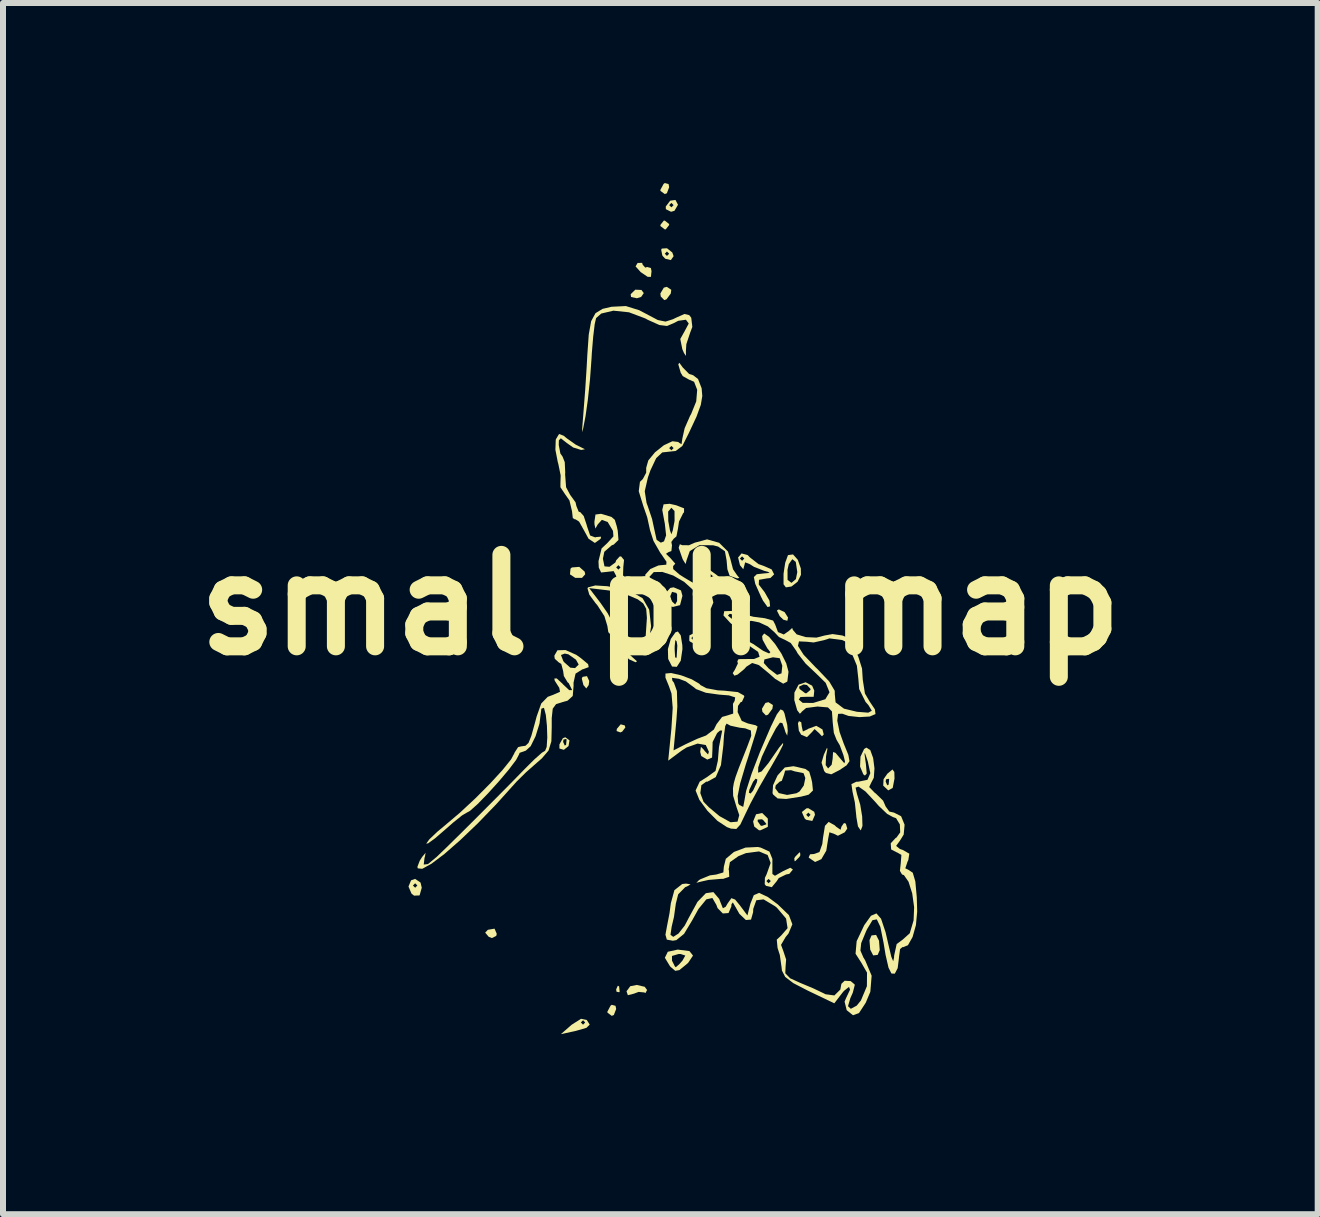
<source format=kicad_pcb>
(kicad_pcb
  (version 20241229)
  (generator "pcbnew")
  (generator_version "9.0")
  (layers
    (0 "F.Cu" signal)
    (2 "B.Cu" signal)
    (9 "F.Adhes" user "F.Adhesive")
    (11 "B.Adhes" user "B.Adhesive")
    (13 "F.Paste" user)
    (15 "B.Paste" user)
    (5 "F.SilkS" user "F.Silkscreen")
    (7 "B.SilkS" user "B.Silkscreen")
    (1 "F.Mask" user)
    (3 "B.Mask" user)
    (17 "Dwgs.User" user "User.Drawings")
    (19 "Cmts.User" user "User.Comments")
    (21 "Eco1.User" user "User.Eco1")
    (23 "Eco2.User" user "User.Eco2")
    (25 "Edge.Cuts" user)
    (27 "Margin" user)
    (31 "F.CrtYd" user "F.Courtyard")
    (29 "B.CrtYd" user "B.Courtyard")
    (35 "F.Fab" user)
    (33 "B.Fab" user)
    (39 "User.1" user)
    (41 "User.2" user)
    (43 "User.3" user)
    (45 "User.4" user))
  (footprint "smal ph map"
    (layer "F.Cu")
    (at 7.954 7.031)
    (property "Reference" "smal ph map" (at 0 0 0) (layer "F.SilkS") (effects (font (size 1.524 1.524) (thickness 0.3))))
    (attr board_only exclude_from_pos_files exclude_from_bom)
    (fp_poly (pts (xy 1.399 0.773) (xy 1.362 0.81) (xy 1.325 0.773) (xy 1.362 0.736)) (stroke (width 0) (type solid)) (fill yes) (layer "F.SilkS"))
    (fp_poly (pts (xy -0.687 6.356) (xy -0.678 6.444) (xy -0.687 6.454) (xy -0.731 6.444) (xy -0.736 6.405) (xy -0.709 6.345)) (stroke (width 0) (type solid)) (fill yes) (layer "F.SilkS"))
    (fp_poly (pts (xy -2.726 5.48) (xy -2.735 5.515) (xy -2.807 5.551) (xy -2.861 5.529) (xy -2.919 5.46) (xy -2.874 5.413) (xy -2.763 5.394)) (stroke (width 0) (type solid)) (fill yes) (layer "F.SilkS"))
    (fp_poly (pts (xy -1.185 1.267) (xy -1.194 1.335) (xy -1.234 1.391) (xy -1.282 1.335) (xy -1.309 1.227) (xy -1.296 1.198) (xy -1.223 1.186)) (stroke (width 0) (type solid)) (fill yes) (layer "F.SilkS"))
    (fp_poly (pts (xy -0.594 2.007) (xy -0.583 2.041) (xy -0.635 2.11) (xy -0.666 2.124) (xy -0.729 2.101) (xy -0.725 2.065) (xy -0.661 1.989)) (stroke (width 0) (type solid)) (fill yes) (layer "F.SilkS"))
    (fp_poly (pts (xy -0.315 -5.249) (xy -0.276 -5.197) (xy -0.32 -5.133) (xy -0.391 -5.111) (xy -0.488 -5.132) (xy -0.495 -5.178) (xy -0.417 -5.254)) (stroke (width 0) (type solid)) (fill yes) (layer "F.SilkS"))
    (fp_poly (pts (xy 2.071 0.12) (xy 2.128 0.211) (xy 2.116 0.264) (xy 2.049 0.245) (xy 1.989 0.186) (xy 1.942 0.093) (xy 1.974 0.074)) (stroke (width 0) (type solid)) (fill yes) (layer "F.SilkS"))
    (fp_poly (pts (xy -1.261 -0.555) (xy -1.252 -0.511) (xy -1.306 -0.451) (xy -1.417 -0.451) (xy -1.506 -0.51) (xy -1.497 -0.605) (xy -1.474 -0.625) (xy -1.351 -0.635)) (stroke (width 0) (type solid)) (fill yes) (layer "F.SilkS"))
    (fp_poly (pts (xy -0.747 6.68) (xy -0.736 6.732) (xy -0.775 6.833) (xy -0.81 6.847) (xy -0.881 6.794) (xy -0.883 6.778) (xy -0.83 6.678) (xy -0.81 6.663)) (stroke (width 0) (type solid)) (fill yes) (layer "F.SilkS"))
    (fp_poly (pts (xy 0.137 -7.014) (xy 0.147 -6.962) (xy 0.109 -6.861) (xy 0.074 -6.847) (xy 0.002 -6.9) (xy 0 -6.916) (xy 0.054 -7.016) (xy 0.074 -7.031)) (stroke (width 0) (type solid)) (fill yes) (layer "F.SilkS"))
    (fp_poly (pts (xy 0.145 -6.349) (xy 0.147 -6.332) (xy 0.091 -6.26) (xy 0.074 -6.258) (xy 0.002 -6.314) (xy 0 -6.332) (xy 0.056 -6.403) (xy 0.074 -6.405)) (stroke (width 0) (type solid)) (fill yes) (layer "F.SilkS"))
    (fp_poly (pts (xy 0.182 -5.252) (xy 0.174 -5.19) (xy 0.102 -5.093) (xy 0.066 -5.08) (xy 0.007 -5.14) (xy 0 -5.19) (xy 0.058 -5.288) (xy 0.108 -5.301)) (stroke (width 0) (type solid)) (fill yes) (layer "F.SilkS"))
    (fp_poly (pts (xy 1.876 1.668) (xy 1.867 1.73) (xy 1.795 1.828) (xy 1.759 1.841) (xy 1.701 1.781) (xy 1.693 1.73) (xy 1.751 1.633) (xy 1.801 1.62)) (stroke (width 0) (type solid)) (fill yes) (layer "F.SilkS"))
    (fp_poly (pts (xy 2.333 4.17) (xy 2.319 4.197) (xy 2.25 4.267) (xy 2.237 4.27) (xy 2.232 4.223) (xy 2.246 4.197) (xy 2.315 4.126) (xy 2.328 4.123)) (stroke (width 0) (type solid)) (fill yes) (layer "F.SilkS"))
    (fp_poly (pts (xy 3.644 5.595) (xy 3.656 5.752) (xy 3.622 5.831) (xy 3.547 5.84) (xy 3.497 5.743) (xy 3.485 5.586) (xy 3.519 5.507) (xy 3.595 5.498)) (stroke (width 0) (type solid)) (fill yes) (layer "F.SilkS"))
    (fp_poly (pts (xy -0.26 6.363) (xy -0.221 6.417) (xy -0.249 6.468) (xy -0.267 6.457) (xy -0.362 6.448) (xy -0.439 6.477) (xy -0.541 6.503) (xy -0.564 6.438) (xy -0.501 6.353) (xy -0.393 6.332)) (stroke (width 0) (type solid)) (fill yes) (layer "F.SilkS"))
    (fp_poly (pts (xy -0.294 -5.669) (xy -0.25 -5.621) (xy -0.221 -5.632) (xy -0.158 -5.615) (xy -0.147 -5.563) (xy -0.157 -5.467) (xy -0.212 -5.468) (xy -0.328 -5.547) (xy -0.413 -5.642) (xy -0.379 -5.699) (xy -0.304 -5.701)) (stroke (width 0) (type solid)) (fill yes) (layer "F.SilkS"))
    (fp_poly (pts (xy 0.294 -6.669) (xy 0.235 -6.568) (xy 0.178 -6.552) (xy 0.092 -6.595) (xy 0.09 -6.64) (xy 0.108 -6.663) (xy 0.147 -6.663) (xy 0.184 -6.626) (xy 0.221 -6.663) (xy 0.184 -6.7) (xy 0.147 -6.663) (xy 0.108 -6.663) (xy 0.164 -6.737) (xy 0.252 -6.749)) (stroke (width 0) (type solid)) (fill yes) (layer "F.SilkS"))
    (fp_poly (pts (xy -3.996 4.626) (xy -3.976 4.712) (xy -4.012 4.84) (xy -4.104 4.844) (xy -4.147 4.81) (xy -4.197 4.692) (xy -4.19 4.675) (xy -4.123 4.675) (xy -4.086 4.712) (xy -4.049 4.675) (xy -4.086 4.638) (xy -4.123 4.675) (xy -4.19 4.675) (xy -4.154 4.589) (xy -4.086 4.565)) (stroke (width 0) (type solid)) (fill yes) (layer "F.SilkS"))
    (fp_poly (pts (xy -1.226 6.916) (xy -1.177 6.993) (xy -1.232 7.047) (xy -1.409 7.098) (xy -1.436 7.104) (xy -1.657 7.152) (xy -1.479 6.996) (xy -1.418 6.957) (xy -1.325 6.957) (xy -1.288 6.994) (xy -1.252 6.957) (xy -1.288 6.921) (xy -1.325 6.957) (xy -1.418 6.957) (xy -1.321 6.896)) (stroke (width 0) (type solid)) (fill yes) (layer "F.SilkS"))
    (fp_poly (pts (xy 0.199 -5.874) (xy 0.221 -5.812) (xy 0.175 -5.747) (xy 0.081 -5.77) (xy 0.034 -5.821) (xy 0.027 -5.853) (xy 0.074 -5.853) (xy 0.11 -5.816) (xy 0.147 -5.853) (xy 0.11 -5.89) (xy 0.074 -5.853) (xy 0.027 -5.853) (xy 0.014 -5.92) (xy 0.025 -5.939) (xy 0.111 -5.944)) (stroke (width 0) (type solid)) (fill yes) (layer "F.SilkS"))
    (fp_poly (pts (xy 0.616 0.493) (xy 0.661 0.594) (xy 0.614 0.66) (xy 0.593 0.663) (xy 0.493 0.609) (xy 0.482 0.594) (xy 0.483 0.552) (xy 0.515 0.552) (xy 0.552 0.589) (xy 0.589 0.552) (xy 0.552 0.515) (xy 0.515 0.552) (xy 0.483 0.552) (xy 0.485 0.507) (xy 0.563 0.469)) (stroke (width 0) (type solid)) (fill yes) (layer "F.SilkS"))
    (fp_poly (pts (xy 2.564 3.446) (xy 2.577 3.497) (xy 2.532 3.599) (xy 2.43 3.58) (xy 2.405 3.558) (xy 2.378 3.497) (xy 2.43 3.497) (xy 2.466 3.534) (xy 2.503 3.497) (xy 2.466 3.46) (xy 2.43 3.497) (xy 2.378 3.497) (xy 2.358 3.451) (xy 2.435 3.389) (xy 2.466 3.387)) (stroke (width 0) (type solid)) (fill yes) (layer "F.SilkS"))
    (fp_poly (pts (xy -1.514 2.256) (xy -1.53 2.351) (xy -1.608 2.414) (xy -1.682 2.392) (xy -1.682 2.324) (xy -1.659 2.282) (xy -1.62 2.282) (xy -1.593 2.343) (xy -1.571 2.331) (xy -1.562 2.244) (xy -1.571 2.233) (xy -1.614 2.243) (xy -1.62 2.282) (xy -1.659 2.282) (xy -1.624 2.22) (xy -1.583 2.205)) (stroke (width 0) (type solid)) (fill yes) (layer "F.SilkS"))
    (fp_poly (pts (xy 2.348 1.955) (xy 2.356 2.021) (xy 2.375 2.109) (xy 2.455 2.071) (xy 2.463 2.064) (xy 2.599 2.014) (xy 2.701 2.074) (xy 2.723 2.158) (xy 2.693 2.188) (xy 2.644 2.135) (xy 2.57 2.068) (xy 2.528 2.117) (xy 2.443 2.203) (xy 2.346 2.162) (xy 2.308 2.095) (xy 2.293 1.972) (xy 2.31 1.936)) (stroke (width 0) (type solid)) (fill yes) (layer "F.SilkS"))
    (fp_poly (pts (xy 3.899 2.784) (xy 3.902 2.892) (xy 3.872 3.049) (xy 3.798 3.09) (xy 3.714 3.011) (xy 3.717 2.945) (xy 3.755 2.945) (xy 3.782 3.006) (xy 3.804 2.994) (xy 3.813 2.907) (xy 3.804 2.896) (xy 3.76 2.906) (xy 3.755 2.945) (xy 3.717 2.945) (xy 3.72 2.903) (xy 3.783 2.812) (xy 3.868 2.741)) (stroke (width 0) (type solid)) (fill yes) (layer "F.SilkS"))
    (fp_poly (pts (xy 0.344 -0.242) (xy 0.368 -0.152) (xy 0.328 0.003) (xy 0.209 0.033) (xy 0.166 0.021) (xy 0.079 -0.069) (xy 0.082 -0.145) (xy 0.165 -0.145) (xy 0.19 -0.064) (xy 0.247 -0.008) (xy 0.279 -0.063) (xy 0.279 -0.178) (xy 0.265 -0.201) (xy 0.195 -0.218) (xy 0.165 -0.145) (xy 0.082 -0.145) (xy 0.083 -0.194) (xy 0.166 -0.284) (xy 0.221 -0.294)) (stroke (width 0) (type solid)) (fill yes) (layer "F.SilkS"))
    (fp_poly (pts (xy 1.788 3.556) (xy 1.791 3.564) (xy 1.791 3.698) (xy 1.67 3.754) (xy 1.644 3.755) (xy 1.565 3.693) (xy 1.546 3.608) (xy 1.548 3.603) (xy 1.62 3.603) (xy 1.673 3.678) (xy 1.693 3.681) (xy 1.765 3.656) (xy 1.767 3.649) (xy 1.715 3.586) (xy 1.693 3.571) (xy 1.625 3.577) (xy 1.62 3.603) (xy 1.548 3.603) (xy 1.595 3.488) (xy 1.697 3.467)) (stroke (width 0) (type solid)) (fill yes) (layer "F.SilkS"))
    (fp_poly (pts (xy 0.34 0.507) (xy 0.366 0.67) (xy 0.368 0.736) (xy 0.34 0.929) (xy 0.274 1.031) (xy 0.195 1.026) (xy 0.13 0.899) (xy 0.126 0.736) (xy 0.238 0.736) (xy 0.246 0.87) (xy 0.265 0.886) (xy 0.272 0.865) (xy 0.283 0.678) (xy 0.272 0.607) (xy 0.25 0.584) (xy 0.239 0.686) (xy 0.238 0.736) (xy 0.126 0.736) (xy 0.126 0.734) (xy 0.174 0.566) (xy 0.252 0.456) (xy 0.292 0.442)) (stroke (width 0) (type solid)) (fill yes) (layer "F.SilkS"))
    (fp_poly (pts (xy 0.485 5.768) (xy 0.544 5.843) (xy 0.463 5.964) (xy 0.437 5.987) (xy 0.316 6.085) (xy 0.248 6.097) (xy 0.171 6.031) (xy 0.162 6.022) (xy 0.075 5.879) (xy 0.09 5.849) (xy 0.194 5.849) (xy 0.194 5.927) (xy 0.242 6.023) (xy 0.257 6.037) (xy 0.313 5.989) (xy 0.368 5.927) (xy 0.416 5.842) (xy 0.339 5.817) (xy 0.306 5.816) (xy 0.194 5.849) (xy 0.09 5.849) (xy 0.124 5.779) (xy 0.29 5.743)) (stroke (width 0) (type solid)) (fill yes) (layer "F.SilkS"))
    (fp_poly (pts (xy 2.291 -0.752) (xy 2.341 -0.608) (xy 2.343 -0.502) (xy 2.287 -0.387) (xy 2.186 -0.308) (xy 2.092 -0.293) (xy 2.053 -0.344) (xy 2.053 -0.518) (xy 2.063 -0.588) (xy 2.119 -0.588) (xy 2.12 -0.418) (xy 2.185 -0.368) (xy 2.259 -0.431) (xy 2.282 -0.548) (xy 2.257 -0.717) (xy 2.199 -0.763) (xy 2.14 -0.68) (xy 2.119 -0.588) (xy 2.063 -0.588) (xy 2.081 -0.704) (xy 2.125 -0.826) (xy 2.13 -0.831) (xy 2.211 -0.842)) (stroke (width 0) (type solid)) (fill yes) (layer "F.SilkS"))
    (fp_poly (pts (xy 2.906 3.672) (xy 2.93 3.696) (xy 3.003 3.746) (xy 3.019 3.692) (xy 3.06 3.634) (xy 3.091 3.644) (xy 3.115 3.726) (xy 3.073 3.788) (xy 2.959 3.846) (xy 2.89 3.812) (xy 2.817 3.788) (xy 2.798 3.887) (xy 2.765 4.095) (xy 2.683 4.236) (xy 2.579 4.283) (xy 2.477 4.214) (xy 2.472 4.205) (xy 2.495 4.155) (xy 2.559 4.15) (xy 2.651 4.118) (xy 2.699 3.983) (xy 2.71 3.884) (xy 2.743 3.681) (xy 2.804 3.615)) (stroke (width 0) (type solid)) (fill yes) (layer "F.SilkS"))
    (fp_poly (pts (xy 0.98 -1.036) (xy 1.126 -0.891) (xy 1.166 -0.768) (xy 1.211 -0.595) (xy 1.277 -0.498) (xy 1.317 -0.45) (xy 1.282 -0.443) (xy 1.164 -0.482) (xy 1.153 -0.491) (xy 1.117 -0.594) (xy 1.104 -0.743) (xy 1.076 -0.895) (xy 0.963 -0.973) (xy 0.88 -0.995) (xy 0.65 -0.996) (xy 0.491 -0.898) (xy 0.437 -0.746) (xy 0.421 -0.682) (xy 0.377 -0.753) (xy 0.368 -0.773) (xy 0.305 -0.953) (xy 0.325 -1.012) (xy 0.365 -0.996) (xy 0.477 -0.995) (xy 0.574 -1.038) (xy 0.779 -1.093)) (stroke (width 0) (type solid)) (fill yes) (layer "F.SilkS"))
    (fp_poly (pts (xy 2.272 2.698) (xy 2.419 2.734) (xy 2.481 2.778) (xy 2.513 2.886) (xy 2.529 2.954) (xy 2.543 3.092) (xy 2.472 3.161) (xy 2.346 3.194) (xy 2.097 3.233) (xy 1.954 3.224) (xy 1.881 3.161) (xy 1.869 3.135) (xy 1.875 3.055) (xy 1.914 3.055) (xy 1.974 3.135) (xy 2.113 3.166) (xy 2.267 3.138) (xy 2.319 3.109) (xy 2.39 3.009) (xy 2.416 2.885) (xy 2.387 2.804) (xy 2.365 2.798) (xy 2.239 2.773) (xy 2.178 2.753) (xy 2.079 2.76) (xy 2.061 2.827) (xy 2.024 2.93) (xy 1.988 2.945) (xy 1.923 3.005) (xy 1.914 3.055) (xy 1.875 3.055) (xy 1.878 3.004) (xy 1.953 2.841) (xy 2.074 2.708) (xy 2.217 2.687)) (stroke (width 0) (type solid)) (fill yes) (layer "F.SilkS"))
    (fp_poly (pts (xy 1.455 -0.831) (xy 1.491 -0.794) (xy 1.636 -0.681) (xy 1.724 -0.65) (xy 1.855 -0.592) (xy 1.896 -0.51) (xy 1.834 -0.449) (xy 1.773 -0.442) (xy 1.644 -0.419) (xy 1.64 -0.34) (xy 1.737 -0.214) (xy 1.819 -0.07) (xy 1.829 0.023) (xy 1.787 0.035) (xy 1.711 -0.071) (xy 1.675 -0.143) (xy 1.581 -0.353) (xy 1.558 -0.465) (xy 1.607 -0.512) (xy 1.712 -0.524) (xy 1.822 -0.534) (xy 1.791 -0.553) (xy 1.73 -0.569) (xy 1.561 -0.635) (xy 1.491 -0.68) (xy 1.413 -0.71) (xy 1.398 -0.653) (xy 1.382 -0.595) (xy 1.327 -0.662) (xy 1.3 -0.773) (xy 1.325 -0.773) (xy 1.362 -0.736) (xy 1.399 -0.773) (xy 1.362 -0.81) (xy 1.325 -0.773) (xy 1.3 -0.773) (xy 1.295 -0.79) (xy 1.353 -0.859)) (stroke (width 0) (type solid)) (fill yes) (layer "F.SilkS"))
    (fp_poly (pts (xy -0.88 -0.312) (xy -0.644 -0.263) (xy -0.428 -0.189) (xy -0.295 -0.111) (xy -0.186 0.079) (xy -0.154 0.355) (xy -0.203 0.676) (xy -0.221 0.736) (xy -0.248 0.778) (xy -0.255 0.684) (xy -0.241 0.468) (xy -0.224 0.215) (xy -0.236 0.064) (xy -0.286 -0.026) (xy -0.377 -0.094) (xy -0.564 -0.173) (xy -0.808 -0.234) (xy -0.869 -0.243) (xy -1.186 -0.281) (xy -0.998 -0.035) (xy -0.881 0.133) (xy -0.815 0.256) (xy -0.81 0.278) (xy -0.767 0.429) (xy -0.665 0.624) (xy -0.542 0.8) (xy -0.455 0.88) (xy -0.389 0.939) (xy -0.412 0.955) (xy -0.519 0.907) (xy -0.614 0.822) (xy -0.709 0.685) (xy -0.736 0.602) (xy -0.785 0.52) (xy -0.81 0.515) (xy -0.867 0.453) (xy -0.883 0.349) (xy -0.932 0.187) (xy -1.051 0.003) (xy -1.076 -0.025) (xy -1.184 -0.172) (xy -1.214 -0.277) (xy -1.205 -0.293) (xy -1.084 -0.325)) (stroke (width 0) (type solid)) (fill yes) (layer "F.SilkS"))
    (fp_poly (pts (xy -1.611 -2.82) (xy -1.563 -2.78) (xy -1.411 -2.672) (xy -1.325 -2.629) (xy -1.257 -2.595) (xy -1.319 -2.583) (xy -1.452 -2.624) (xy -1.559 -2.699) (xy -1.658 -2.777) (xy -1.691 -2.744) (xy -1.693 -2.666) (xy -1.666 -2.524) (xy -1.63 -2.473) (xy -1.593 -2.38) (xy -1.585 -2.205) (xy -1.587 -2.177) (xy -1.571 -1.962) (xy -1.503 -1.835) (xy -1.413 -1.71) (xy -1.399 -1.648) (xy -1.361 -1.555) (xy -1.334 -1.546) (xy -1.277 -1.482) (xy -1.226 -1.328) (xy -1.224 -1.317) (xy -1.17 -1.158) (xy -1.086 -1.126) (xy -1.064 -1.132) (xy -0.988 -1.138) (xy -0.994 -1.104) (xy -1.091 -1.033) (xy -1.196 -1.103) (xy -1.278 -1.253) (xy -1.354 -1.389) (xy -1.417 -1.429) (xy -1.422 -1.425) (xy -1.459 -1.448) (xy -1.472 -1.562) (xy -1.515 -1.742) (xy -1.586 -1.843) (xy -1.665 -1.961) (xy -1.665 -2.03) (xy -1.661 -2.157) (xy -1.7 -2.349) (xy -1.709 -2.38) (xy -1.749 -2.586) (xy -1.743 -2.751) (xy -1.739 -2.764) (xy -1.688 -2.849)) (stroke (width 0) (type solid)) (fill yes) (layer "F.SilkS"))
    (fp_poly (pts (xy 1.671 4.043) (xy 1.818 4.11) (xy 1.867 4.232) (xy 1.867 4.329) (xy 1.867 4.483) (xy 1.91 4.513) (xy 2.03 4.444) (xy 2.033 4.442) (xy 2.165 4.379) (xy 2.209 4.409) (xy 2.149 4.481) (xy 2.096 4.491) (xy 1.973 4.551) (xy 1.941 4.601) (xy 1.857 4.703) (xy 1.761 4.681) (xy 1.739 4.653) (xy 1.741 4.601) (xy 1.767 4.601) (xy 1.804 4.638) (xy 1.841 4.601) (xy 1.804 4.565) (xy 1.767 4.601) (xy 1.741 4.601) (xy 1.742 4.548) (xy 1.771 4.487) (xy 1.838 4.299) (xy 1.788 4.167) (xy 1.644 4.107) (xy 1.428 4.135) (xy 1.304 4.184) (xy 1.159 4.286) (xy 1.138 4.405) (xy 1.143 4.424) (xy 1.148 4.53) (xy 1.047 4.564) (xy 1.005 4.565) (xy 0.803 4.582) (xy 0.687 4.608) (xy 0.6 4.63) (xy 0.642 4.587) (xy 0.663 4.573) (xy 0.827 4.506) (xy 0.932 4.492) (xy 1.05 4.457) (xy 1.058 4.362) (xy 1.091 4.23) (xy 1.226 4.116) (xy 1.419 4.043) (xy 1.625 4.033)) (stroke (width 0) (type solid)) (fill yes) (layer "F.SilkS"))
    (fp_poly (pts (xy 1.81 0.53) (xy 1.913 0.652) (xy 2.017 0.81) (xy 2.098 0.973) (xy 2.135 1.11) (xy 2.135 1.12) (xy 2.116 1.276) (xy 2.047 1.312) (xy 1.912 1.231) (xy 1.811 1.141) (xy 1.642 1.002) (xy 1.53 0.967) (xy 1.432 1.03) (xy 1.399 1.068) (xy 1.288 1.16) (xy 1.234 1.178) (xy 1.206 1.136) (xy 1.242 1.079) (xy 1.292 0.975) (xy 1.29 0.967) (xy 1.724 0.967) (xy 1.806 1.059) (xy 1.945 1.165) (xy 2.019 1.14) (xy 2.032 1.012) (xy 1.989 0.887) (xy 1.876 0.872) (xy 1.734 0.908) (xy 1.724 0.967) (xy 1.29 0.967) (xy 1.283 0.939) (xy 1.3 0.905) (xy 1.339 0.902) (xy 1.562 0.9) (xy 1.654 0.863) (xy 1.63 0.785) (xy 1.623 0.777) (xy 1.48 0.68) (xy 1.375 0.649) (xy 1.277 0.613) (xy 1.298 0.571) (xy 1.408 0.575) (xy 1.559 0.657) (xy 1.567 0.664) (xy 1.713 0.764) (xy 1.812 0.808) (xy 1.834 0.787) (xy 1.782 0.722) (xy 1.704 0.58) (xy 1.696 0.519) (xy 1.73 0.475)) (stroke (width 0) (type solid)) (fill yes) (layer "F.SilkS"))
    (fp_poly (pts (xy -0.353 -4.912) (xy -0.233 -4.849) (xy -0.042 -4.748) (xy 0.086 -4.722) (xy 0.212 -4.762) (xy 0.256 -4.784) (xy 0.402 -4.849) (xy 0.481 -4.83) (xy 0.515 -4.786) (xy 0.533 -4.634) (xy 0.495 -4.532) (xy 0.433 -4.346) (xy 0.426 -4.233) (xy 0.427 -4.15) (xy 0.394 -4.198) (xy 0.366 -4.263) (xy 0.332 -4.432) (xy 0.408 -4.568) (xy 0.473 -4.69) (xy 0.426 -4.753) (xy 0.298 -4.735) (xy 0.223 -4.696) (xy 0.111 -4.649) (xy -0.016 -4.665) (xy -0.208 -4.751) (xy -0.252 -4.775) (xy -0.523 -4.877) (xy -0.782 -4.904) (xy -0.985 -4.856) (xy -1.071 -4.78) (xy -1.094 -4.679) (xy -1.119 -4.47) (xy -1.142 -4.194) (xy -1.147 -4.104) (xy -1.172 -3.76) (xy -1.208 -3.42) (xy -1.246 -3.15) (xy -1.25 -3.129) (xy -1.286 -2.942) (xy -1.303 -2.878) (xy -1.302 -2.945) (xy -1.286 -3.148) (xy -1.279 -3.239) (xy -1.252 -3.587) (xy -1.228 -3.961) (xy -1.217 -4.166) (xy -1.193 -4.507) (xy -1.153 -4.729) (xy -1.081 -4.862) (xy -0.963 -4.934) (xy -0.813 -4.969) (xy -0.575 -4.981)) (stroke (width 0) (type solid)) (fill yes) (layer "F.SilkS"))
    (fp_poly (pts (xy -1.401 0.831) (xy -1.325 0.885) (xy -1.204 0.986) (xy -1.194 1.036) (xy -1.288 1.071) (xy -1.299 1.073) (xy -1.413 1.144) (xy -1.447 1.297) (xy -1.446 1.348) (xy -1.46 1.517) (xy -1.546 1.595) (xy -1.626 1.617) (xy -1.738 1.653) (xy -1.793 1.728) (xy -1.81 1.884) (xy -1.81 2.036) (xy -1.816 2.273) (xy -1.863 2.426) (xy -1.975 2.557) (xy -2.053 2.625) (xy -2.239 2.789) (xy -2.392 2.94) (xy -2.421 2.972) (xy -2.733 3.319) (xy -3.043 3.64) (xy -3.337 3.921) (xy -3.599 4.15) (xy -3.815 4.313) (xy -3.968 4.397) (xy -4.043 4.389) (xy -4.048 4.362) (xy -4.009 4.261) (xy -3.968 4.197) (xy -3.912 4.13) (xy -3.923 4.193) (xy -3.93 4.215) (xy -3.943 4.326) (xy -3.872 4.318) (xy -3.726 4.197) (xy -3.559 4.036) (xy -3.321 3.802) (xy -3.043 3.525) (xy -2.757 3.238) (xy -2.493 2.972) (xy -2.284 2.758) (xy -2.269 2.742) (xy -2.101 2.575) (xy -1.972 2.461) (xy -1.92 2.43) (xy -1.894 2.365) (xy -1.884 2.209) (xy -1.89 2.014) (xy -1.908 1.834) (xy -1.937 1.722) (xy -1.943 1.714) (xy -1.983 1.729) (xy -1.988 1.773) (xy -2.014 1.977) (xy -2.079 2.187) (xy -2.161 2.354) (xy -2.243 2.429) (xy -2.249 2.43) (xy -2.345 2.464) (xy -2.356 2.492) (xy -2.403 2.582) (xy -2.524 2.742) (xy -2.691 2.94) (xy -2.874 3.142) (xy -3.044 3.317) (xy -3.173 3.432) (xy -3.224 3.46) (xy -3.303 3.506) (xy -3.451 3.625) (xy -3.589 3.746) (xy -3.756 3.89) (xy -3.869 3.972) (xy -3.902 3.978) (xy -3.849 3.905) (xy -3.713 3.776) (xy -3.589 3.673) (xy -3.34 3.462) (xy -3.082 3.222) (xy -2.838 2.977) (xy -2.632 2.753) (xy -2.488 2.574) (xy -2.43 2.466) (xy -2.43 2.461) (xy -2.37 2.369) (xy -2.317 2.356) (xy -2.248 2.347) (xy -2.197 2.299) (xy -2.15 2.182) (xy -2.089 1.963) (xy -2.062 1.86) (xy -1.985 1.642) (xy -1.877 1.531) (xy -1.796 1.501) (xy -1.672 1.447) (xy -1.685 1.378) (xy -1.688 1.375) (xy -1.76 1.262) (xy -1.767 1.226) (xy -1.727 1.224) (xy -1.629 1.314) (xy -1.62 1.325) (xy -1.519 1.419) (xy -1.473 1.42) (xy -1.472 1.414) (xy -1.527 1.303) (xy -1.546 1.288) (xy -1.608 1.185) (xy -1.62 1.1) (xy -1.651 0.983) (xy -1.693 0.957) (xy -1.759 0.897) (xy -1.767 0.847) (xy -1.76 0.834) (xy -1.656 0.834) (xy -1.619 0.93) (xy -1.607 0.95) (xy -1.5 1.045) (xy -1.421 1.052) (xy -1.361 0.993) (xy -1.406 0.912) (xy -1.532 0.823) (xy -1.593 0.81) (xy -1.656 0.834) (xy -1.76 0.834) (xy -1.715 0.755) (xy -1.581 0.751)) (stroke (width 0) (type solid)) (fill yes) (layer "F.SilkS"))
    (fp_poly (pts (xy 1.332 0.139) (xy 1.552 0.197) (xy 1.741 0.221) (xy 1.879 0.26) (xy 1.914 0.327) (xy 1.96 0.452) (xy 2.057 0.492) (xy 2.142 0.433) (xy 2.197 0.383) (xy 2.208 0.415) (xy 2.272 0.49) (xy 2.423 0.536) (xy 2.602 0.544) (xy 2.737 0.509) (xy 2.87 0.485) (xy 3.034 0.509) (xy 3.172 0.565) (xy 3.226 0.636) (xy 3.224 0.643) (xy 3.244 0.744) (xy 3.299 0.863) (xy 3.361 1.06) (xy 3.373 1.245) (xy 3.409 1.475) (xy 3.489 1.611) (xy 3.575 1.739) (xy 3.585 1.818) (xy 3.489 1.859) (xy 3.317 1.869) (xy 3.136 1.849) (xy 3.031 1.812) (xy 2.962 1.815) (xy 2.948 1.927) (xy 2.987 2.118) (xy 3.055 2.308) (xy 3.133 2.499) (xy 3.152 2.603) (xy 3.104 2.672) (xy 2.988 2.75) (xy 2.848 2.822) (xy 2.76 2.8) (xy 2.73 2.768) (xy 2.686 2.627) (xy 2.725 2.494) (xy 2.777 2.38) (xy 2.784 2.399) (xy 2.761 2.522) (xy 2.755 2.669) (xy 2.796 2.724) (xy 2.855 2.662) (xy 2.871 2.563) (xy 2.878 2.451) (xy 2.919 2.464) (xy 2.986 2.544) (xy 3.066 2.638) (xy 3.077 2.608) (xy 3.051 2.503) (xy 2.989 2.336) (xy 2.937 2.249) (xy 2.891 2.132) (xy 2.871 1.945) (xy 2.871 1.936) (xy 2.859 1.773) (xy 2.792 1.707) (xy 2.624 1.693) (xy 2.614 1.693) (xy 2.429 1.717) (xy 2.354 1.781) (xy 2.354 1.785) (xy 2.325 1.813) (xy 2.28 1.754) (xy 2.232 1.584) (xy 2.234 1.46) (xy 2.286 1.361) (xy 2.312 1.361) (xy 2.319 1.399) (xy 2.413 1.47) (xy 2.434 1.472) (xy 2.501 1.416) (xy 2.503 1.399) (xy 2.443 1.334) (xy 2.388 1.325) (xy 2.312 1.361) (xy 2.286 1.361) (xy 2.304 1.328) (xy 2.421 1.288) (xy 2.529 1.345) (xy 2.565 1.428) (xy 2.555 1.53) (xy 2.449 1.53) (xy 2.334 1.534) (xy 2.307 1.577) (xy 2.372 1.631) (xy 2.546 1.633) (xy 2.749 1.571) (xy 2.819 1.455) (xy 2.755 1.298) (xy 2.599 1.145) (xy 2.42 0.976) (xy 2.287 0.806) (xy 2.266 0.766) (xy 2.207 0.682) (xy 2.293 0.682) (xy 2.387 0.829) (xy 2.589 1.041) (xy 2.616 1.066) (xy 2.814 1.275) (xy 2.906 1.43) (xy 2.907 1.486) (xy 2.92 1.623) (xy 3.06 1.728) (xy 3.276 1.78) (xy 3.465 1.795) (xy 3.524 1.763) (xy 3.468 1.67) (xy 3.42 1.616) (xy 3.313 1.401) (xy 3.3 1.237) (xy 3.275 1.012) (xy 3.203 0.837) (xy 3.139 0.712) (xy 3.146 0.658) (xy 3.132 0.632) (xy 3.031 0.585) (xy 2.819 0.557) (xy 2.73 0.586) (xy 2.554 0.625) (xy 2.441 0.613) (xy 2.31 0.607) (xy 2.293 0.682) (xy 2.207 0.682) (xy 2.173 0.634) (xy 2.091 0.589) (xy 1.976 0.534) (xy 1.9 0.453) (xy 1.791 0.357) (xy 1.646 0.29) (xy 1.511 0.264) (xy 1.43 0.29) (xy 1.429 0.341) (xy 1.432 0.43) (xy 1.344 0.419) (xy 1.181 0.312) (xy 1.168 0.301) (xy 1.054 0.177) (xy 1.126 0.177) (xy 1.178 0.221) (xy 1.295 0.287) (xy 1.311 0.262) (xy 1.288 0.221) (xy 1.181 0.151) (xy 1.155 0.148) (xy 1.126 0.177) (xy 1.054 0.177) (xy 1.052 0.175) (xy 1.064 0.104) (xy 1.193 0.1)) (stroke (width 0) (type solid)) (fill yes) (layer "F.SilkS"))
    (fp_poly (pts (xy 0.345 1.172) (xy 0.521 1.238) (xy 0.648 1.312) (xy 0.669 1.335) (xy 0.769 1.388) (xy 0.96 1.423) (xy 1.06 1.428) (xy 1.292 1.452) (xy 1.395 1.51) (xy 1.399 1.528) (xy 1.36 1.613) (xy 1.338 1.62) (xy 1.294 1.682) (xy 1.288 1.785) (xy 1.357 1.933) (xy 1.46 1.975) (xy 1.586 2.004) (xy 1.62 2.025) (xy 1.599 2.103) (xy 1.542 2.286) (xy 1.462 2.542) (xy 1.426 2.651) (xy 1.33 2.975) (xy 1.288 3.185) (xy 1.297 3.304) (xy 1.316 3.333) (xy 1.381 3.365) (xy 1.399 3.272) (xy 1.424 3.129) (xy 1.475 3.129) (xy 1.505 3.142) (xy 1.546 3.092) (xy 1.608 2.958) (xy 1.617 2.908) (xy 1.587 2.895) (xy 1.546 2.945) (xy 1.484 3.079) (xy 1.475 3.129) (xy 1.424 3.129) (xy 1.431 3.093) (xy 1.521 2.811) (xy 1.659 2.452) (xy 1.835 2.043) (xy 1.843 2.025) (xy 1.941 1.823) (xy 2.003 1.74) (xy 2.047 1.761) (xy 2.068 1.805) (xy 2.115 2) (xy 2.123 2.098) (xy 2.114 2.177) (xy 2.085 2.121) (xy 2.067 2.061) (xy 2.033 1.968) (xy 1.993 1.961) (xy 1.927 2.054) (xy 1.817 2.261) (xy 1.693 2.525) (xy 1.631 2.707) (xy 1.629 2.795) (xy 1.686 2.775) (xy 1.801 2.635) (xy 1.841 2.577) (xy 1.979 2.377) (xy 2.046 2.298) (xy 2.044 2.332) (xy 1.974 2.472) (xy 1.837 2.711) (xy 1.801 2.77) (xy 1.645 3.041) (xy 1.502 3.307) (xy 1.419 3.479) (xy 1.333 3.659) (xy 1.266 3.733) (xy 1.177 3.727) (xy 1.11 3.702) (xy 0.952 3.598) (xy 0.785 3.43) (xy 0.65 3.247) (xy 0.605 3.135) (xy 0.666 3.135) (xy 0.719 3.278) (xy 0.719 3.279) (xy 0.81 3.372) (xy 0.964 3.501) (xy 0.988 3.52) (xy 1.17 3.621) (xy 1.286 3.611) (xy 1.315 3.502) (xy 1.27 3.37) (xy 1.213 3.18) (xy 1.21 3.055) (xy 1.225 2.965) (xy 1.253 2.867) (xy 1.305 2.723) (xy 1.394 2.497) (xy 1.447 2.363) (xy 1.515 2.18) (xy 1.509 2.092) (xy 1.414 2.056) (xy 1.321 2.045) (xy 1.169 2.012) (xy 1.104 1.977) (xy 1.082 2.016) (xy 1.061 2.166) (xy 1.05 2.337) (xy 1.01 2.669) (xy 0.923 2.869) (xy 0.786 2.944) (xy 0.764 2.945) (xy 0.684 3.003) (xy 0.666 3.135) (xy 0.605 3.135) (xy 0.589 3.097) (xy 0.589 3.088) (xy 0.656 2.944) (xy 0.773 2.871) (xy 0.919 2.766) (xy 0.958 2.597) (xy 0.977 2.368) (xy 1.007 2.213) (xy 1.031 2.092) (xy 0.994 2.093) (xy 0.946 2.135) (xy 0.871 2.284) (xy 0.868 2.407) (xy 0.862 2.543) (xy 0.782 2.577) (xy 0.682 2.517) (xy 0.664 2.448) (xy 0.676 2.363) (xy 0.727 2.415) (xy 0.736 2.43) (xy 0.795 2.491) (xy 0.809 2.446) (xy 0.757 2.334) (xy 0.621 2.31) (xy 0.437 2.375) (xy 0.354 2.428) (xy 0.131 2.594) (xy 0.184 2.062) (xy 0.206 1.714) (xy 0.186 1.477) (xy 0.143 1.354) (xy 0.086 1.214) (xy 0.194 1.214) (xy 0.2 1.261) (xy 0.227 1.296) (xy 0.276 1.435) (xy 0.283 1.694) (xy 0.268 1.913) (xy 0.22 2.423) (xy 0.423 2.32) (xy 0.616 2.23) (xy 0.762 2.175) (xy 0.892 2.076) (xy 0.936 1.987) (xy 1.029 1.866) (xy 1.117 1.841) (xy 1.214 1.81) (xy 1.213 1.764) (xy 1.21 1.647) (xy 1.238 1.598) (xy 1.247 1.54) (xy 1.143 1.507) (xy 0.979 1.494) (xy 0.758 1.463) (xy 0.596 1.402) (xy 0.562 1.374) (xy 0.425 1.274) (xy 0.309 1.23) (xy 0.194 1.214) (xy 0.086 1.214) (xy 0.085 1.213) (xy 0.085 1.143) (xy 0.179 1.134)) (stroke (width 0) (type solid)) (fill yes) (layer "F.SilkS"))
    (fp_poly (pts (xy 0.374 -3.957) (xy 0.479 -3.85) (xy 0.547 -3.828) (xy 0.628 -3.765) (xy 0.688 -3.611) (xy 0.688 -3.61) (xy 0.699 -3.481) (xy 0.674 -3.334) (xy 0.603 -3.139) (xy 0.475 -2.865) (xy 0.367 -2.65) (xy 0.256 -2.566) (xy 0.162 -2.556) (xy 0.032 -2.542) (xy -0.069 -2.447) (xy -0.165 -2.244) (xy -0.207 -2.126) (xy -0.26 -1.895) (xy -0.23 -1.701) (xy -0.21 -1.647) (xy -0.138 -1.433) (xy -0.101 -1.261) (xy -0.062 -1.085) (xy 0.008 -1.038) (xy 0.061 -1.06) (xy 0.096 -1.16) (xy 0.074 -1.36) (xy 0.07 -1.378) (xy 0.037 -1.556) (xy 0.13 -1.556) (xy 0.132 -1.399) (xy 0.16 -1.244) (xy 0.184 -1.178) (xy 0.184 -1.178) (xy 0.207 -1.242) (xy 0.236 -1.395) (xy 0.237 -1.399) (xy 0.236 -1.565) (xy 0.184 -1.62) (xy 0.13 -1.556) (xy 0.037 -1.556) (xy 0.032 -1.584) (xy 0.054 -1.677) (xy 0.155 -1.686) (xy 0.265 -1.661) (xy 0.395 -1.61) (xy 0.395 -1.545) (xy 0.379 -1.527) (xy 0.311 -1.39) (xy 0.294 -1.274) (xy 0.268 -1.143) (xy 0.223 -1.104) (xy 0.183 -1.05) (xy 0.194 -0.994) (xy 0.184 -0.898) (xy 0.137 -0.881) (xy 0.094 -0.853) (xy 0.17 -0.778) (xy 0.249 -0.688) (xy 0.213 -0.648) (xy 0.214 -0.598) (xy 0.32 -0.506) (xy 0.402 -0.454) (xy 0.68 -0.289) (xy 0.633 -0.476) (xy 0.623 -0.625) (xy 0.68 -0.663) (xy 0.776 -0.617) (xy 0.936 -0.502) (xy 1.123 -0.349) (xy 1.299 -0.19) (xy 1.428 -0.057) (xy 1.473 0.015) (xy 1.443 0.017) (xy 1.345 -0.055) (xy 1.168 -0.213) (xy 0.918 -0.447) (xy 0.769 -0.567) (xy 0.706 -0.569) (xy 0.731 -0.456) (xy 0.771 -0.372) (xy 0.85 -0.187) (xy 0.883 -0.042) (xy 0.883 -0.04) (xy 0.842 0.059) (xy 0.752 0.061) (xy 0.662 -0.025) (xy 0.635 -0.092) (xy 0.582 -0.188) (xy 0.687 -0.188) (xy 0.707 -0.118) (xy 0.763 -0.031) (xy 0.791 -0.03) (xy 0.8 -0.121) (xy 0.78 -0.191) (xy 0.724 -0.278) (xy 0.696 -0.279) (xy 0.687 -0.188) (xy 0.582 -0.188) (xy 0.549 -0.247) (xy 0.397 -0.385) (xy 0.214 -0.491) (xy 0.034 -0.55) (xy -0.109 -0.548) (xy -0.181 -0.47) (xy -0.184 -0.441) (xy -0.244 -0.351) (xy -0.313 -0.337) (xy -0.556 -0.356) (xy -0.685 -0.388) (xy -0.732 -0.446) (xy -0.736 -0.484) (xy -0.778 -0.564) (xy -0.883 -0.552) (xy -0.987 -0.541) (xy -1.026 -0.623) (xy -1.026 -0.626) (xy -0.736 -0.626) (xy -0.699 -0.589) (xy -0.663 -0.626) (xy -0.699 -0.663) (xy -0.736 -0.626) (xy -1.026 -0.626) (xy -1.031 -0.729) (xy -0.979 -0.942) (xy -0.886 -1.029) (xy -0.782 -1.143) (xy -0.789 -1.234) (xy -0.878 -1.383) (xy -0.975 -1.418) (xy -1.044 -1.341) (xy -1.082 -1.273) (xy -1.097 -1.34) (xy -1.099 -1.385) (xy -1.081 -1.507) (xy -0.988 -1.519) (xy -0.939 -1.505) (xy -0.813 -1.466) (xy -0.759 -1.419) (xy -0.726 -1.31) (xy -0.71 -1.238) (xy -0.698 -1.083) (xy -0.777 -1.006) (xy -0.81 -0.994) (xy -0.934 -0.886) (xy -0.957 -0.77) (xy -0.931 -0.643) (xy -0.847 -0.636) (xy -0.749 -0.708) (xy -0.736 -0.744) (xy -0.679 -0.807) (xy -0.655 -0.81) (xy -0.605 -0.75) (xy -0.617 -0.634) (xy -0.622 -0.491) (xy -0.519 -0.421) (xy -0.496 -0.414) (xy -0.301 -0.373) (xy -0.227 -0.385) (xy -0.245 -0.417) (xy -0.252 -0.504) (xy -0.167 -0.599) (xy -0.033 -0.658) (xy 0.011 -0.663) (xy 0.099 -0.671) (xy 0.102 -0.72) (xy 0.017 -0.845) (xy -0.001 -0.869) (xy -0.114 -1.066) (xy -0.174 -1.252) (xy -0.174 -1.256) (xy -0.219 -1.461) (xy -0.282 -1.643) (xy -0.36 -1.895) (xy -0.34 -2.051) (xy -0.291 -2.1) (xy -0.236 -2.204) (xy -0.236 -2.285) (xy -0.201 -2.408) (xy -0.09 -2.543) (xy -0.001 -2.614) (xy 0.147 -2.614) (xy 0.184 -2.577) (xy 0.221 -2.614) (xy 0.184 -2.65) (xy 0.147 -2.614) (xy -0.001 -2.614) (xy 0.058 -2.661) (xy 0.201 -2.728) (xy 0.299 -2.716) (xy 0.308 -2.706) (xy 0.353 -2.679) (xy 0.367 -2.775) (xy 0.405 -2.945) (xy 0.495 -3.151) (xy 0.513 -3.182) (xy 0.598 -3.392) (xy 0.614 -3.585) (xy 0.562 -3.719) (xy 0.478 -3.755) (xy 0.373 -3.814) (xy 0.339 -3.871) (xy 0.299 -4.009) (xy 0.316 -4.036)) (stroke (width 0) (type solid)) (fill yes) (layer "F.SilkS"))
    (fp_poly (pts (xy 3.498 2.418) (xy 3.546 2.551) (xy 3.568 2.723) (xy 3.557 2.88) (xy 3.513 2.964) (xy 3.48 3.034) (xy 3.574 3.131) (xy 3.589 3.141) (xy 3.712 3.261) (xy 3.755 3.359) (xy 3.816 3.443) (xy 3.893 3.46) (xy 4.012 3.52) (xy 4.07 3.662) (xy 4.055 3.827) (xy 3.993 3.927) (xy 3.929 4.015) (xy 3.992 4.066) (xy 4.041 4.083) (xy 4.149 4.145) (xy 4.132 4.252) (xy 4.12 4.275) (xy 4.082 4.388) (xy 4.139 4.417) (xy 4.206 4.462) (xy 4.249 4.607) (xy 4.273 4.869) (xy 4.28 5.109) (xy 4.259 5.334) (xy 4.203 5.534) (xy 4.126 5.67) (xy 4.046 5.703) (xy 4.038 5.699) (xy 3.995 5.734) (xy 3.976 5.872) (xy 3.976 5.881) (xy 3.955 6.052) (xy 3.907 6.144) (xy 3.851 6.142) (xy 3.802 6.044) (xy 3.753 5.831) (xy 3.72 5.631) (xy 3.666 5.363) (xy 3.607 5.239) (xy 3.535 5.253) (xy 3.445 5.402) (xy 3.426 5.443) (xy 3.347 5.635) (xy 3.334 5.759) (xy 3.384 5.875) (xy 3.413 5.922) (xy 3.521 6.178) (xy 3.499 6.446) (xy 3.422 6.63) (xy 3.31 6.801) (xy 3.21 6.837) (xy 3.105 6.752) (xy 3.07 6.61) (xy 3.095 6.55) (xy 3.161 6.411) (xy 3.144 6.364) (xy 3.059 6.432) (xy 3.031 6.466) (xy 2.899 6.638) (xy 2.462 6.429) (xy 2.216 6.302) (xy 2.081 6.199) (xy 2.026 6.093) (xy 2.02 6.037) (xy 1.991 5.833) (xy 1.953 5.715) (xy 1.94 5.577) (xy 2.013 5.509) (xy 2.12 5.386) (xy 2.095 5.225) (xy 1.942 5.045) (xy 1.911 5.02) (xy 1.72 4.906) (xy 1.599 4.921) (xy 1.548 5.065) (xy 1.546 5.119) (xy 1.511 5.243) (xy 1.425 5.25) (xy 1.317 5.147) (xy 1.266 5.057) (xy 1.208 4.957) (xy 1.185 4.987) (xy 1.183 5.025) (xy 1.136 5.134) (xy 1.041 5.141) (xy 0.953 5.051) (xy 0.934 4.999) (xy 0.867 4.883) (xy 0.766 4.906) (xy 0.636 5.065) (xy 0.533 5.251) (xy 0.395 5.481) (xy 0.267 5.585) (xy 0.208 5.595) (xy 0.108 5.577) (xy 0.085 5.495) (xy 0.11 5.356) (xy 0.152 5.141) (xy 0.175 4.97) (xy 0.234 4.753) (xy 0.365 4.65) (xy 0.428 4.643) (xy 0.504 4.655) (xy 0.446 4.69) (xy 0.414 4.703) (xy 0.297 4.822) (xy 0.258 4.977) (xy 0.227 5.199) (xy 0.189 5.359) (xy 0.169 5.496) (xy 0.215 5.531) (xy 0.303 5.475) (xy 0.406 5.343) (xy 0.476 5.209) (xy 0.619 4.947) (xy 0.759 4.803) (xy 0.884 4.785) (xy 0.981 4.899) (xy 0.998 4.945) (xy 1.042 5.054) (xy 1.088 5.03) (xy 1.123 4.971) (xy 1.184 4.886) (xy 1.246 4.909) (xy 1.325 5.005) (xy 1.451 5.174) (xy 1.5 4.98) (xy 1.557 4.836) (xy 1.646 4.798) (xy 1.791 4.866) (xy 1.955 4.988) (xy 2.142 5.168) (xy 2.2 5.321) (xy 2.135 5.476) (xy 2.088 5.533) (xy 2.011 5.664) (xy 2.048 5.763) (xy 2.096 5.908) (xy 2.087 6.023) (xy 2.082 6.137) (xy 2.163 6.221) (xy 2.329 6.297) (xy 2.547 6.388) (xy 2.725 6.473) (xy 2.752 6.487) (xy 2.9 6.507) (xy 2.999 6.409) (xy 3.017 6.313) (xy 3.071 6.262) (xy 3.172 6.268) (xy 3.238 6.324) (xy 3.239 6.336) (xy 3.207 6.461) (xy 3.166 6.553) (xy 3.127 6.686) (xy 3.174 6.73) (xy 3.272 6.677) (xy 3.342 6.591) (xy 3.442 6.353) (xy 3.444 6.127) (xy 3.35 5.963) (xy 3.253 5.812) (xy 3.271 5.603) (xy 3.397 5.337) (xy 3.51 5.179) (xy 3.601 5.14) (xy 3.678 5.229) (xy 3.753 5.453) (xy 3.798 5.649) (xy 3.849 5.863) (xy 3.88 5.937) (xy 3.894 5.879) (xy 3.896 5.843) (xy 3.938 5.651) (xy 4.038 5.577) (xy 4.156 5.471) (xy 4.22 5.256) (xy 4.229 5.036) (xy 4.197 4.806) (xy 4.136 4.613) (xy 4.059 4.502) (xy 4.027 4.491) (xy 3.992 4.431) (xy 4.006 4.307) (xy 4.017 4.165) (xy 3.944 4.123) (xy 3.94 4.123) (xy 3.846 4.074) (xy 3.839 3.972) (xy 3.921 3.883) (xy 3.933 3.878) (xy 3.997 3.79) (xy 3.991 3.657) (xy 3.928 3.553) (xy 3.875 3.534) (xy 3.78 3.482) (xy 3.64 3.349) (xy 3.576 3.276) (xy 3.417 3.107) (xy 3.303 3.027) (xy 3.253 3.044) (xy 3.276 3.147) (xy 3.331 3.329) (xy 3.363 3.524) (xy 3.368 3.683) (xy 3.341 3.754) (xy 3.337 3.755) (xy 3.293 3.69) (xy 3.266 3.533) (xy 3.265 3.515) (xy 3.241 3.289) (xy 3.202 3.111) (xy 3.184 2.985) (xy 3.266 2.946) (xy 3.3 2.945) (xy 3.452 2.913) (xy 3.499 2.803) (xy 3.457 2.607) (xy 3.412 2.475) (xy 3.401 2.473) (xy 3.419 2.608) (xy 3.425 2.648) (xy 3.439 2.81) (xy 3.409 2.843) (xy 3.382 2.822) (xy 3.328 2.693) (xy 3.335 2.528) (xy 3.395 2.401) (xy 3.432 2.377)) (stroke (width 0) (type solid)) (fill yes) (layer "F.SilkS")))
  (gr_rect
    (start -3 -3)
    (end 18.908 17.183)
    (stroke (width 0.1) (type default))
    (fill no)
    (layer "Edge.Cuts")))
</source>
